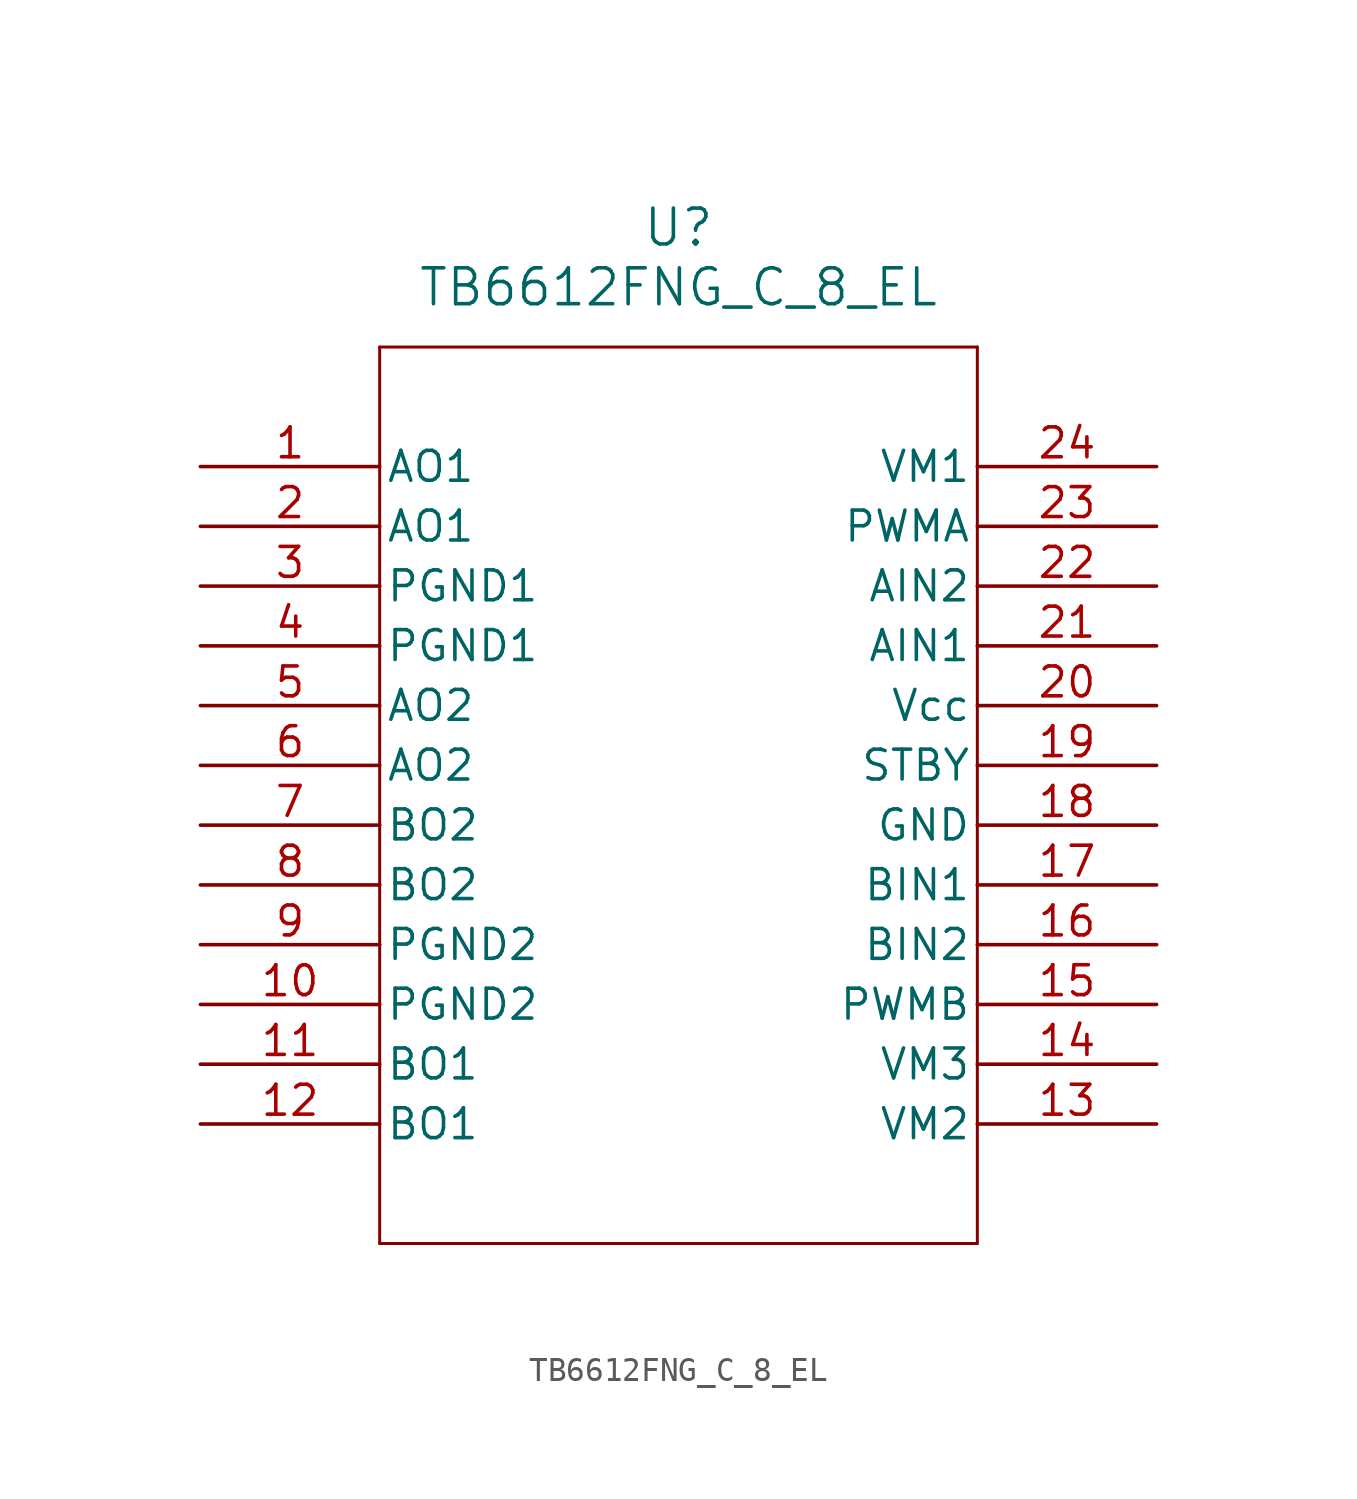
<source format=kicad_sym>
(kicad_symbol_lib
  (version 20220914)
  (generator kicad_symbol_editor)
  (symbol "TB6612FNG_C_8_EL"
    (pin_names
      (offset 0.254))
    (property "Reference" "U"
      (at 20.32 10.16 0)
      (effects (font (size 1.524 1.524))))
    (property "Value" "TB6612FNG_C_8_EL"
      (at 20.32 7.62 0)
      (effects (font (size 1.524 1.524))))
    (property "ki_locked" ""
      (at 0 0 0)
      (effects (font (size 1.27 1.27))))
    (symbol "TB6612FNG_C_8_EL_0_1"
      (polyline (pts (xy 7.62 -33.02) (xy 33.02 -33.02)) (stroke (width 0.127) (type default)) (fill (type none)))
      (polyline (pts (xy 7.62 5.08) (xy 7.62 -33.02)) (stroke (width 0.127) (type default)) (fill (type none)))
      (polyline (pts (xy 33.02 -33.02) (xy 33.02 5.08)) (stroke (width 0.127) (type default)) (fill (type none)))
      (polyline (pts (xy 33.02 5.08) (xy 7.62 5.08)) (stroke (width 0.127) (type default)) (fill (type none)))
      (pin output line (at 0 0 0) (length 7.62) (name "AO1" (effects (font (size 1.27 1.27)))) (number "1" (effects (font (size 1.27 1.27)))))
      (pin power_out line (at 0 -22.86 0) (length 7.62) (name "PGND2" (effects (font (size 1.27 1.27)))) (number "10" (effects (font (size 1.27 1.27)))))
      (pin output line (at 0 -25.4 0) (length 7.62) (name "BO1" (effects (font (size 1.27 1.27)))) (number "11" (effects (font (size 1.27 1.27)))))
      (pin output line (at 0 -27.94 0) (length 7.62) (name "BO1" (effects (font (size 1.27 1.27)))) (number "12" (effects (font (size 1.27 1.27)))))
      (pin power_in line (at 40.64 -27.94 180) (length 7.62) (name "VM2" (effects (font (size 1.27 1.27)))) (number "13" (effects (font (size 1.27 1.27)))))
      (pin power_in line (at 40.64 -25.4 180) (length 7.62) (name "VM3" (effects (font (size 1.27 1.27)))) (number "14" (effects (font (size 1.27 1.27)))))
      (pin input line (at 40.64 -22.86 180) (length 7.62) (name "PWMB" (effects (font (size 1.27 1.27)))) (number "15" (effects (font (size 1.27 1.27)))))
      (pin input line (at 40.64 -20.32 180) (length 7.62) (name "BIN2" (effects (font (size 1.27 1.27)))) (number "16" (effects (font (size 1.27 1.27)))))
      (pin input line (at 40.64 -17.78 180) (length 7.62) (name "BIN1" (effects (font (size 1.27 1.27)))) (number "17" (effects (font (size 1.27 1.27)))))
      (pin power_out line (at 40.64 -15.24 180) (length 7.62) (name "GND" (effects (font (size 1.27 1.27)))) (number "18" (effects (font (size 1.27 1.27)))))
      (pin input line (at 40.64 -12.7 180) (length 7.62) (name "STBY" (effects (font (size 1.27 1.27)))) (number "19" (effects (font (size 1.27 1.27)))))
      (pin output line (at 0 -2.54 0) (length 7.62) (name "AO1" (effects (font (size 1.27 1.27)))) (number "2" (effects (font (size 1.27 1.27)))))
      (pin power_in line (at 40.64 -10.16 180) (length 7.62) (name "Vcc" (effects (font (size 1.27 1.27)))) (number "20" (effects (font (size 1.27 1.27)))))
      (pin input line (at 40.64 -7.62 180) (length 7.62) (name "AIN1" (effects (font (size 1.27 1.27)))) (number "21" (effects (font (size 1.27 1.27)))))
      (pin input line (at 40.64 -5.08 180) (length 7.62) (name "AIN2" (effects (font (size 1.27 1.27)))) (number "22" (effects (font (size 1.27 1.27)))))
      (pin input line (at 40.64 -2.54 180) (length 7.62) (name "PWMA" (effects (font (size 1.27 1.27)))) (number "23" (effects (font (size 1.27 1.27)))))
      (pin power_in line (at 40.64 0 180) (length 7.62) (name "VM1" (effects (font (size 1.27 1.27)))) (number "24" (effects (font (size 1.27 1.27)))))
      (pin power_out line (at 0 -5.08 0) (length 7.62) (name "PGND1" (effects (font (size 1.27 1.27)))) (number "3" (effects (font (size 1.27 1.27)))))
      (pin power_out line (at 0 -7.62 0) (length 7.62) (name "PGND1" (effects (font (size 1.27 1.27)))) (number "4" (effects (font (size 1.27 1.27)))))
      (pin output line (at 0 -10.16 0) (length 7.62) (name "AO2" (effects (font (size 1.27 1.27)))) (number "5" (effects (font (size 1.27 1.27)))))
      (pin output line (at 0 -12.7 0) (length 7.62) (name "AO2" (effects (font (size 1.27 1.27)))) (number "6" (effects (font (size 1.27 1.27)))))
      (pin output line (at 0 -15.24 0) (length 7.62) (name "BO2" (effects (font (size 1.27 1.27)))) (number "7" (effects (font (size 1.27 1.27)))))
      (pin output line (at 0 -17.78 0) (length 7.62) (name "BO2" (effects (font (size 1.27 1.27)))) (number "8" (effects (font (size 1.27 1.27)))))
      (pin power_out line (at 0 -20.32 0) (length 7.62) (name "PGND2" (effects (font (size 1.27 1.27)))) (number "9" (effects (font (size 1.27 1.27))))))))
</source>
